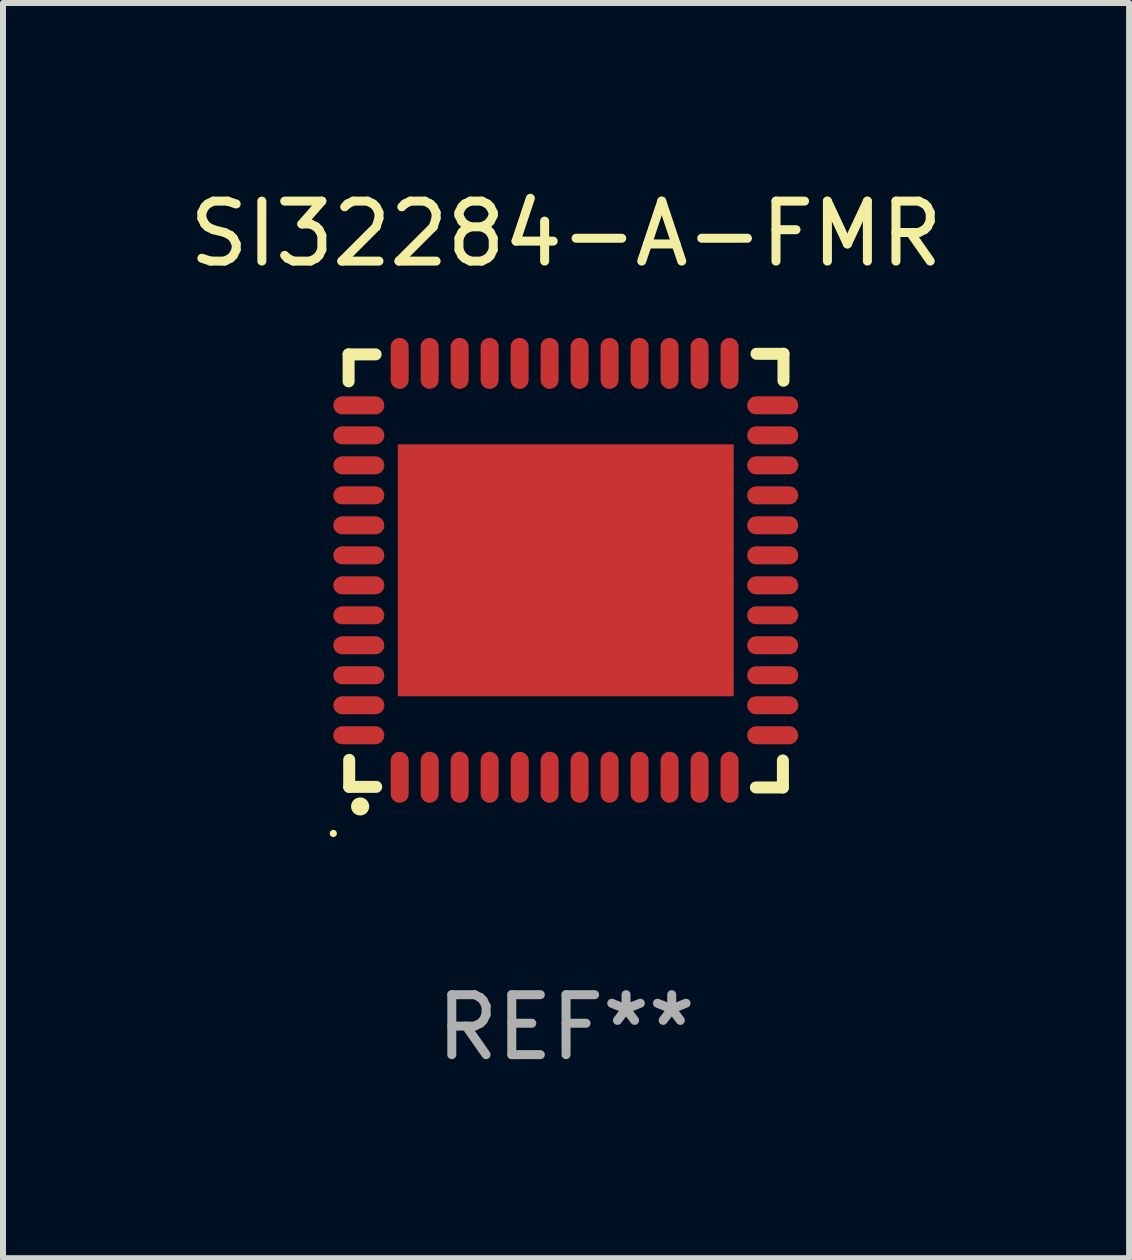
<source format=kicad_pcb>
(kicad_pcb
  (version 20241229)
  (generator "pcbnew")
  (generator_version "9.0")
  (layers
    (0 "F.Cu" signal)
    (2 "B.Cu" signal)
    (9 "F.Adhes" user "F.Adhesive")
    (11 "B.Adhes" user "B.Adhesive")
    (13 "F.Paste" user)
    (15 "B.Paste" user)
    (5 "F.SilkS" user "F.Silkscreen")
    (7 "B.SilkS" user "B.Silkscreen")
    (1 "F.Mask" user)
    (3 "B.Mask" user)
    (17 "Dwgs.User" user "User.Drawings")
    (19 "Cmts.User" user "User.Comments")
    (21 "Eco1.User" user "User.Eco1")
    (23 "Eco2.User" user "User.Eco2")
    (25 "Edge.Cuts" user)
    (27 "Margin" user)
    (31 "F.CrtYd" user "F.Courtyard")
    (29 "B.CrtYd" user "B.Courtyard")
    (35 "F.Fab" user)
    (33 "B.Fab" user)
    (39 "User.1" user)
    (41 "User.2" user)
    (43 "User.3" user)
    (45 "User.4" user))
  (footprint "SI32284-A-FMR"
    (layer "F.Cu")
    (at 6.387 6.463)
    (property "Reference" "SI32284-A-FMR" (at 0 -5.615 0) (layer "F.SilkS") (effects (font (size 1 1) (thickness 0.15))))
    (attr through_hole)
    (fp_line (start -3.625 -3.605) (end -3.175 -3.605) (stroke (width 0.2) (type solid)) (layer "F.SilkS"))
    (fp_line (start -3.625 -3.155) (end -3.625 -3.605) (stroke (width 0.2) (type solid)) (layer "F.SilkS"))
    (fp_line (start -3.615 3.605) (end -3.615 3.155) (stroke (width 0.2) (type solid)) (layer "F.SilkS"))
    (fp_line (start -3.165 3.605) (end -3.615 3.605) (stroke (width 0.2) (type solid)) (layer "F.SilkS"))
    (fp_line (start 3.165 3.615) (end 3.615 3.615) (stroke (width 0.2) (type solid)) (layer "F.SilkS"))
    (fp_line (start 3.615 3.615) (end 3.615 3.165) (stroke (width 0.2) (type solid)) (layer "F.SilkS"))
    (fp_line (start 3.625 -3.615) (end 3.175 -3.615) (stroke (width 0.2) (type solid)) (layer "F.SilkS"))
    (fp_line (start 3.625 -3.165) (end 3.625 -3.615) (stroke (width 0.2) (type solid)) (layer "F.SilkS"))
    (fp_arc (start -3.434011 3.931928) (mid -3.432741 3.931923) (end -3.431471 3.931928) (stroke (width 0.3) (type solid)) (layer "F.SilkS"))
    (fp_circle (center -3.88 4.382) (end -3.85 4.382) (stroke (width 0.06) (type solid)) (fill no) (layer "F.SilkS"))
    (fp_text user "REF**" (at 0 7.615 0) (layer "F.Fab") (effects (font (size 1 1) (thickness 0.15))))
    (pad "1" smd oval (at -2.774 3.445 180) (size 0.3 0.85) (layers "F.Cu" "F.Mask" "F.Paste"))
    (pad "2" smd oval (at -2.274 3.445 180) (size 0.3 0.85) (layers "F.Cu" "F.Mask" "F.Paste"))
    (pad "3" smd oval (at -1.774 3.445 180) (size 0.3 0.85) (layers "F.Cu" "F.Mask" "F.Paste"))
    (pad "4" smd oval (at -1.274 3.445 180) (size 0.3 0.85) (layers "F.Cu" "F.Mask" "F.Paste"))
    (pad "5" smd oval (at -0.772 3.445 180) (size 0.3 0.85) (layers "F.Cu" "F.Mask" "F.Paste"))
    (pad "6" smd oval (at -0.274 3.445 180) (size 0.3 0.85) (layers "F.Cu" "F.Mask" "F.Paste"))
    (pad "7" smd oval (at 0.226 3.445 180) (size 0.3 0.85) (layers "F.Cu" "F.Mask" "F.Paste"))
    (pad "8" smd oval (at 0.726 3.445 180) (size 0.3 0.85) (layers "F.Cu" "F.Mask" "F.Paste"))
    (pad "9" smd oval (at 1.226 3.445 180) (size 0.3 0.85) (layers "F.Cu" "F.Mask" "F.Paste"))
    (pad "10" smd oval (at 1.726 3.445 180) (size 0.3 0.85) (layers "F.Cu" "F.Mask" "F.Paste"))
    (pad "11" smd oval (at 2.226 3.445 180) (size 0.3 0.85) (layers "F.Cu" "F.Mask" "F.Paste"))
    (pad "12" smd oval (at 2.726 3.445 180) (size 0.3 0.85) (layers "F.Cu" "F.Mask" "F.Paste"))
    (pad "13" smd oval (at 3.445 2.745 90) (size 0.3 0.85) (layers "F.Cu" "F.Mask" "F.Paste"))
    (pad "14" smd oval (at 3.445 2.245 90) (size 0.3 0.85) (layers "F.Cu" "F.Mask" "F.Paste"))
    (pad "15" smd oval (at 3.445 1.745 90) (size 0.3 0.85) (layers "F.Cu" "F.Mask" "F.Paste"))
    (pad "16" smd oval (at 3.445 1.245 90) (size 0.3 0.85) (layers "F.Cu" "F.Mask" "F.Paste"))
    (pad "17" smd oval (at 3.445 0.745 90) (size 0.3 0.85) (layers "F.Cu" "F.Mask" "F.Paste"))
    (pad "18" smd oval (at 3.445 0.245 90) (size 0.3 0.85) (layers "F.Cu" "F.Mask" "F.Paste"))
    (pad "19" smd oval (at 3.445 -0.255 90) (size 0.3 0.85) (layers "F.Cu" "F.Mask" "F.Paste"))
    (pad "20" smd oval (at 3.445 -0.755 90) (size 0.3 0.85) (layers "F.Cu" "F.Mask" "F.Paste"))
    (pad "21" smd oval (at 3.445 -1.255 90) (size 0.3 0.85) (layers "F.Cu" "F.Mask" "F.Paste"))
    (pad "22" smd oval (at 3.445 -1.755 90) (size 0.3 0.85) (layers "F.Cu" "F.Mask" "F.Paste"))
    (pad "23" smd oval (at 3.445 -2.255 90) (size 0.3 0.85) (layers "F.Cu" "F.Mask" "F.Paste"))
    (pad "24" smd oval (at 3.445 -2.755 90) (size 0.3 0.85) (layers "F.Cu" "F.Mask" "F.Paste"))
    (pad "25" smd oval (at 2.726 -3.455 180) (size 0.3 0.85) (layers "F.Cu" "F.Mask" "F.Paste"))
    (pad "26" smd oval (at 2.226 -3.455 180) (size 0.3 0.85) (layers "F.Cu" "F.Mask" "F.Paste"))
    (pad "27" smd oval (at 1.726 -3.455 180) (size 0.3 0.85) (layers "F.Cu" "F.Mask" "F.Paste"))
    (pad "28" smd oval (at 1.226 -3.455 180) (size 0.3 0.85) (layers "F.Cu" "F.Mask" "F.Paste"))
    (pad "29" smd oval (at 0.726 -3.455 180) (size 0.3 0.85) (layers "F.Cu" "F.Mask" "F.Paste"))
    (pad "30" smd oval (at 0.226 -3.455 180) (size 0.3 0.85) (layers "F.Cu" "F.Mask" "F.Paste"))
    (pad "31" smd oval (at -0.274 -3.455 180) (size 0.3 0.85) (layers "F.Cu" "F.Mask" "F.Paste"))
    (pad "32" smd oval (at -0.774 -3.455 180) (size 0.3 0.85) (layers "F.Cu" "F.Mask" "F.Paste"))
    (pad "33" smd oval (at -1.274 -3.455 180) (size 0.3 0.85) (layers "F.Cu" "F.Mask" "F.Paste"))
    (pad "34" smd oval (at -1.774 -3.455 180) (size 0.3 0.85) (layers "F.Cu" "F.Mask" "F.Paste"))
    (pad "35" smd oval (at -2.274 -3.455 180) (size 0.3 0.85) (layers "F.Cu" "F.Mask" "F.Paste"))
    (pad "36" smd oval (at -2.774 -3.455 180) (size 0.3 0.85) (layers "F.Cu" "F.Mask" "F.Paste"))
    (pad "37" smd oval (at -3.455 -2.755 90) (size 0.3 0.85) (layers "F.Cu" "F.Mask" "F.Paste"))
    (pad "38" smd oval (at -3.455 -2.255 90) (size 0.3 0.85) (layers "F.Cu" "F.Mask" "F.Paste"))
    (pad "39" smd oval (at -3.455 -1.755 90) (size 0.3 0.85) (layers "F.Cu" "F.Mask" "F.Paste"))
    (pad "40" smd oval (at -3.455 -1.255 90) (size 0.3 0.85) (layers "F.Cu" "F.Mask" "F.Paste"))
    (pad "41" smd oval (at -3.455 -0.755 90) (size 0.3 0.85) (layers "F.Cu" "F.Mask" "F.Paste"))
    (pad "42" smd oval (at -3.455 -0.255 90) (size 0.3 0.85) (layers "F.Cu" "F.Mask" "F.Paste"))
    (pad "43" smd oval (at -3.455 0.245 90) (size 0.3 0.85) (layers "F.Cu" "F.Mask" "F.Paste"))
    (pad "44" smd oval (at -3.455 0.745 90) (size 0.3 0.85) (layers "F.Cu" "F.Mask" "F.Paste"))
    (pad "45" smd oval (at -3.455 1.245 90) (size 0.3 0.85) (layers "F.Cu" "F.Mask" "F.Paste"))
    (pad "46" smd oval (at -3.455 1.745 90) (size 0.3 0.85) (layers "F.Cu" "F.Mask" "F.Paste"))
    (pad "47" smd oval (at -3.455 2.245 90) (size 0.3 0.85) (layers "F.Cu" "F.Mask" "F.Paste"))
    (pad "48" smd oval (at -3.455 2.745 90) (size 0.3 0.85) (layers "F.Cu" "F.Mask" "F.Paste"))
    (pad "49" smd rect (at -0.005 -0.005 180) (size 5.6 4.2) (layers "F.Cu" "F.Mask" "F.Paste")))
  (gr_rect
    (start -3 -3)
    (end 15.774 17.926)
    (stroke (width 0.1) (type default))
    (fill no)
    (layer "Edge.Cuts")))
</source>
